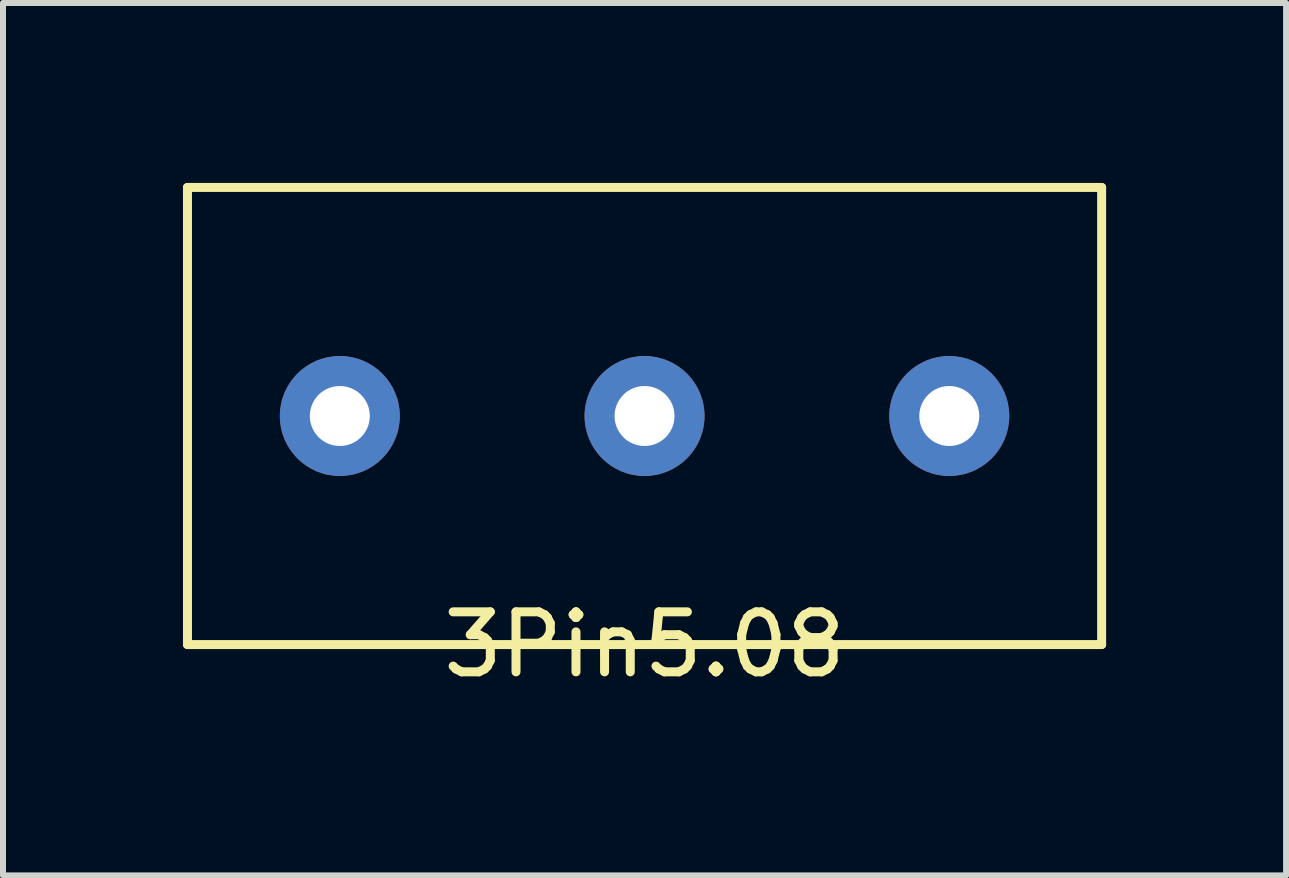
<source format=kicad_pcb>
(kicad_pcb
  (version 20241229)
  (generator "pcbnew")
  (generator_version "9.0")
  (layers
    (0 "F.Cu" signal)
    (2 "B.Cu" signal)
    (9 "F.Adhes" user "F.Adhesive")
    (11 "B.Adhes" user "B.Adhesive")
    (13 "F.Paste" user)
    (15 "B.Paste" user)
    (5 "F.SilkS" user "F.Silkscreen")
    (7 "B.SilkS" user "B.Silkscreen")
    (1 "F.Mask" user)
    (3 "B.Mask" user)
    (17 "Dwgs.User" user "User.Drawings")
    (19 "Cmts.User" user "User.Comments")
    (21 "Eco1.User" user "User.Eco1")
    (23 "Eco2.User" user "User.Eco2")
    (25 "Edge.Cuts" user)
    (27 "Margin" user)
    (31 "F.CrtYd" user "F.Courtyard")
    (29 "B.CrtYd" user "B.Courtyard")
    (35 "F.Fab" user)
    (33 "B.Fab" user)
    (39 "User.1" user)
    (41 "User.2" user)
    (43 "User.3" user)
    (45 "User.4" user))
  (footprint "3Pin5.08"
    (layer "F.Cu")
    (at 7.695 3.885)
    (property "Reference" "3Pin5.08" (at 0 3.81 0) (layer "F.SilkS") (effects (font (size 1 1) (thickness 0.15))))
    (attr through_hole)
    (fp_line (start -7.62 -3.81) (end -7.62 3.81) (stroke (width 0.15) (type solid)) (layer "F.SilkS"))
    (fp_line (start -7.62 3.81) (end 7.62 3.81) (stroke (width 0.15) (type solid)) (layer "F.SilkS"))
    (fp_line (start 7.62 -3.81) (end -7.62 -3.81) (stroke (width 0.15) (type solid)) (layer "F.SilkS"))
    (fp_line (start 7.62 3.81) (end 7.62 -3.81) (stroke (width 0.15) (type solid)) (layer "F.SilkS"))
    (pad "1" thru_hole circle (at -5.08 0) (size 2 2) (drill 1) (layers "*.Cu" "*.Mask"))
    (pad "2" thru_hole circle (at 0 0) (size 2 2) (drill 1) (layers "*.Cu" "*.Mask"))
    (pad "3" thru_hole circle (at 5.08 0) (size 2 2) (drill 1) (layers "*.Cu" "*.Mask")))
  (gr_rect
    (start -3 -3)
    (end 18.39 11.543)
    (stroke (width 0.1) (type default))
    (fill no)
    (layer "Edge.Cuts")))
</source>
